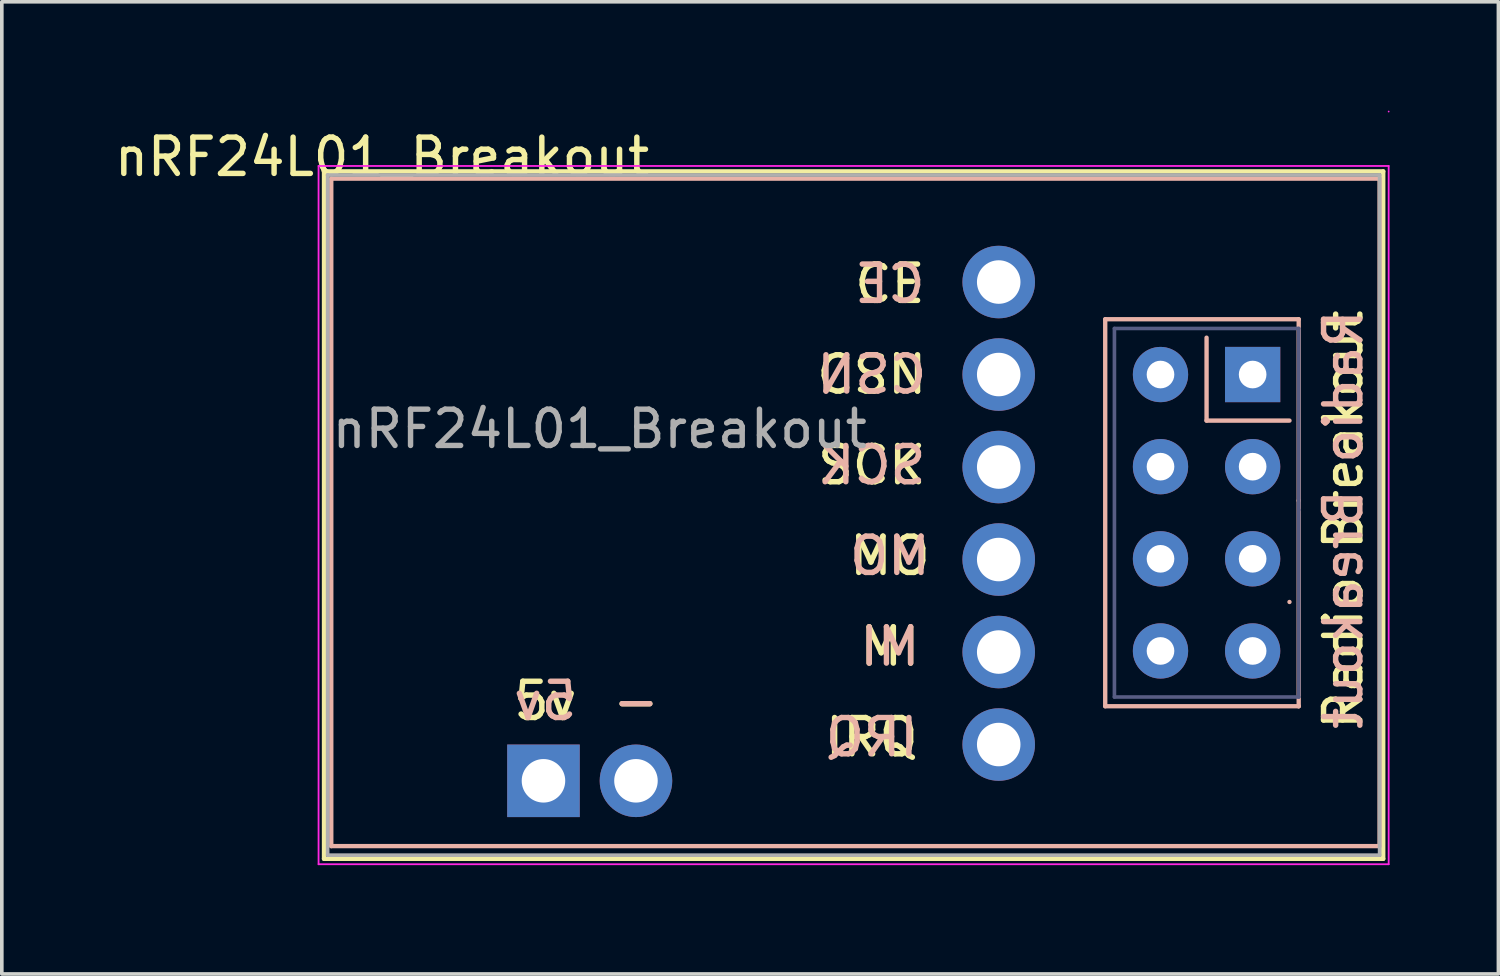
<source format=kicad_pcb>
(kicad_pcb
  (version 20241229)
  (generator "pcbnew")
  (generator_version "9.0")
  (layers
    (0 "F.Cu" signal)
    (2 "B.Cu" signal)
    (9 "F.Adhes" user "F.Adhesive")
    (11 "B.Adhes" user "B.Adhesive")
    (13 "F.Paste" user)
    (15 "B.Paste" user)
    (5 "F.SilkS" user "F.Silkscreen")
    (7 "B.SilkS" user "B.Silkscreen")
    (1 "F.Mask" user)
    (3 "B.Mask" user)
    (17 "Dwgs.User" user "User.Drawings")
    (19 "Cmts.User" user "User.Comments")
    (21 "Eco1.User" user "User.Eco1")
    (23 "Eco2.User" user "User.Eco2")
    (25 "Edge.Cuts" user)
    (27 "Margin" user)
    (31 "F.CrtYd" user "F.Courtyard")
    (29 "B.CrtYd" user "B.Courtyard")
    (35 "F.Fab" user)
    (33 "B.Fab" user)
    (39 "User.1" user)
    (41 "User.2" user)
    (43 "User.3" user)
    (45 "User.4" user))
  (footprint "nRF24L01_Breakout"
    (layer "F.Cu")
    (at 7.482 5.275)
    (property "Reference" "nRF24L01_Breakout" (at 0 -4 0) (layer "F.SilkS") (effects (font (size 1 1) (thickness 0.15))))
    (attr through_hole)
    (fp_line (start -1.6 -3.6) (end -1.6 -3.6) (stroke (width 0.12) (type solid)) (layer "F.SilkS"))
    (fp_line (start -1.6 -3.6) (end 27.6 -3.6) (stroke (width 0.12) (type solid)) (layer "F.SilkS"))
    (fp_line (start -1.6 15.35) (end -1.6 -3.6) (stroke (width 0.12) (type solid)) (layer "F.SilkS"))
    (fp_line (start 27.6 -3.6) (end 27.6 15.35) (stroke (width 0.12) (type solid)) (layer "F.SilkS"))
    (fp_line (start 27.6 15.35) (end -1.6 15.35) (stroke (width 0.12) (type solid)) (layer "F.SilkS"))
    (fp_line (start -1.4 -3.4) (end -1.4 15) (stroke (width 0.12) (type solid)) (layer "B.SilkS"))
    (fp_line (start -1.4 15) (end 27.5 15) (stroke (width 0.12) (type solid)) (layer "B.SilkS"))
    (fp_line (start 19.936 0.476) (end 19.936 11.144) (stroke (width 0.12) (type solid)) (layer "B.SilkS"))
    (fp_line (start 19.936 11.144) (end 25.27 11.144) (stroke (width 0.12) (type solid)) (layer "B.SilkS"))
    (fp_line (start 22.73 0.984) (end 22.73 3.27) (stroke (width 0.12) (type solid)) (layer "B.SilkS"))
    (fp_line (start 22.73 3.27) (end 25.016 3.27) (stroke (width 0.12) (type solid)) (layer "B.SilkS"))
    (fp_line (start 25.016 8.27) (end 25.016 8.27) (stroke (width 0.12) (type solid)) (layer "B.SilkS"))
    (fp_line (start 25.27 0.476) (end 19.936 0.476) (stroke (width 0.12) (type solid)) (layer "B.SilkS"))
    (fp_line (start 25.27 5.476) (end 25.27 5.476) (stroke (width 0.12) (type solid)) (layer "B.SilkS"))
    (fp_line (start 25.27 11.144) (end 25.27 0.476) (stroke (width 0.12) (type solid)) (layer "B.SilkS"))
    (fp_line (start 25.27 11.144) (end 25.27 11.144) (stroke (width 0.12) (type solid)) (layer "B.SilkS"))
    (fp_line (start 27.5 -3.4) (end -1.4 -3.4) (stroke (width 0.12) (type solid)) (layer "B.SilkS"))
    (fp_line (start 27.5 15) (end 27.5 -3.4) (stroke (width 0.12) (type solid)) (layer "B.SilkS"))
    (fp_line (start -1.75 -3.75) (end -1.75 15.5) (stroke (width 0.05) (type solid)) (layer "F.CrtYd"))
    (fp_line (start -1.75 15.5) (end 27.75 15.5) (stroke (width 0.05) (type solid)) (layer "F.CrtYd"))
    (fp_line (start 27.75 -5.25) (end 27.75 -5.25) (stroke (width 0.05) (type solid)) (layer "F.CrtYd"))
    (fp_line (start 27.75 -3.75) (end -1.75 -3.75) (stroke (width 0.05) (type solid)) (layer "F.CrtYd"))
    (fp_line (start 27.75 15.5) (end 27.75 -3.75) (stroke (width 0.05) (type solid)) (layer "F.CrtYd"))
    (fp_line (start 20.19 0.73) (end 20.19 10.89) (stroke (width 0.1) (type solid)) (layer "B.Fab"))
    (fp_line (start 20.19 10.89) (end 25.27 10.89) (stroke (width 0.1) (type solid)) (layer "B.Fab"))
    (fp_line (start 25.27 0.73) (end 20.19 0.73) (stroke (width 0.1) (type solid)) (layer "B.Fab"))
    (fp_line (start 25.27 5.73) (end 25.27 5.73) (stroke (width 0.1) (type solid)) (layer "B.Fab"))
    (fp_line (start 25.27 10.89) (end 25.27 0.73) (stroke (width 0.1) (type solid)) (layer "B.Fab"))
    (fp_line (start -1.5 -3.5) (end -1.5 -3.5) (stroke (width 0.1) (type solid)) (layer "F.Fab"))
    (fp_line (start -1.5 -3.5) (end 27.5 -3.5) (stroke (width 0.1) (type solid)) (layer "F.Fab"))
    (fp_line (start -1.5 15.25) (end -1.5 -3.5) (stroke (width 0.1) (type solid)) (layer "F.Fab"))
    (fp_line (start 27.5 -3.5) (end 27.5 15.25) (stroke (width 0.1) (type solid)) (layer "F.Fab"))
    (fp_line (start 27.5 15.25) (end -1.5 15.25) (stroke (width 0.1) (type solid)) (layer "F.Fab"))
    (fp_text user "CE" (at 14 -0.5 0) (layer "F.SilkS") (effects (font (size 1 1) (thickness 0.15))))
    (fp_text user "MI" (at 14 9.5 0) (layer "F.SilkS") (effects (font (size 1 1) (thickness 0.15))))
    (fp_text user "MO" (at 14 7 0) (layer "F.SilkS") (effects (font (size 1 1) (thickness 0.15))))
    (fp_text user "CSN" (at 13.5 2 0) (layer "F.SilkS") (effects (font (size 1 1) (thickness 0.15))))
    (fp_text user "-" (at 7 11 0) (layer "F.SilkS") (effects (font (size 1 1) (thickness 0.15))))
    (fp_text user "SCK" (at 13.5 4.5 0) (layer "F.SilkS") (effects (font (size 1 1) (thickness 0.15))))
    (fp_text user "5v" (at 4.5 11 0) (layer "F.SilkS") (effects (font (size 1 1) (thickness 0.15))))
    (fp_text user "IRQ" (at 13.5 12 0) (layer "F.SilkS") (effects (font (size 1 1) (thickness 0.15))))
    (fp_text user "Radio Breakout" (at 26.5 6 90) (layer "F.SilkS") (effects (font (size 1 1) (thickness 0.15))))
    (fp_text user "MI" (at 14 9.5 0) (layer "B.SilkS") (effects (font (size 1 1) (thickness 0.15)) (justify mirror)))
    (fp_text user "Radio Breakout" (at 26.5 6 90) (layer "B.SilkS") (effects (font (size 1 1) (thickness 0.15)) (justify mirror)))
    (fp_text user "SCK" (at 13.5 4.5 0) (layer "B.SilkS") (effects (font (size 1 1) (thickness 0.15)) (justify mirror)))
    (fp_text user "MO" (at 14 7 0) (layer "B.SilkS") (effects (font (size 1 1) (thickness 0.15)) (justify mirror)))
    (fp_text user "CE" (at 14 -0.5 0) (layer "B.SilkS") (effects (font (size 1 1) (thickness 0.15)) (justify mirror)))
    (fp_text user "-" (at 7 11 0) (layer "B.SilkS") (effects (font (size 1 1) (thickness 0.15))))
    (fp_text user "CSN" (at 13.5 2 0) (layer "B.SilkS") (effects (font (size 1 1) (thickness 0.15)) (justify mirror)))
    (fp_text user "IRQ" (at 13.5 12 0) (layer "B.SilkS") (effects (font (size 1 1) (thickness 0.15)) (justify mirror)))
    (fp_text user "5v" (at 4.5 11 0) (layer "B.SilkS") (effects (font (size 1 1) (thickness 0.15)) (justify mirror)))
    (fp_text user "${REFERENCE}" (at 6 3.5 0) (layer "F.Fab") (effects (font (size 1 1) (thickness 0.15))))
    (pad "1" thru_hole rect (at 24 2 180) (size 1.524 1.524) (drill 0.762) (layers "*.Cu" "*.Mask"))
    (pad "2" thru_hole circle (at 21.46 2 180) (size 1.524 1.524) (drill 0.762) (layers "*.Cu" "*.Mask"))
    (pad "3" thru_hole circle (at 24 4.54 180) (size 1.524 1.524) (drill 0.762) (layers "*.Cu" "*.Mask"))
    (pad "4" thru_hole circle (at 21.46 4.54 180) (size 1.524 1.524) (drill 0.762) (layers "*.Cu" "*.Mask"))
    (pad "5" thru_hole circle (at 24 7.08 180) (size 1.524 1.524) (drill 0.762) (layers "*.Cu" "*.Mask"))
    (pad "6" thru_hole circle (at 21.46 7.08 180) (size 1.524 1.524) (drill 0.762) (layers "*.Cu" "*.Mask"))
    (pad "7" thru_hole circle (at 24 9.62 180) (size 1.524 1.524) (drill 0.762) (layers "*.Cu" "*.Mask"))
    (pad "8" thru_hole circle (at 21.46 9.62 180) (size 1.524 1.524) (drill 0.762) (layers "*.Cu" "*.Mask"))
    (pad "9" thru_hole circle (at 17 -0.55) (size 2 2) (drill 1.2) (layers "*.Cu" "*.Mask"))
    (pad "10" thru_hole circle (at 17 2) (size 2 2) (drill 1.2) (layers "*.Cu" "*.Mask"))
    (pad "11" thru_hole circle (at 17 4.55) (size 2 2) (drill 1.2) (layers "*.Cu" "*.Mask"))
    (pad "12" thru_hole circle (at 17 7.1) (size 2 2) (drill 1.2) (layers "*.Cu" "*.Mask"))
    (pad "13" thru_hole circle (at 17 9.65) (size 2 2) (drill 1.2) (layers "*.Cu" "*.Mask"))
    (pad "14" thru_hole circle (at 17 12.2) (size 2 2) (drill 1.2) (layers "*.Cu" "*.Mask"))
    (pad "15" thru_hole circle (at 7 13.2 90) (size 2 2) (drill 1.2) (layers "*.Cu" "*.Mask"))
    (pad "16" thru_hole rect (at 4.45 13.2 90) (size 2 2) (drill 1.2) (layers "*.Cu" "*.Mask")))
  (gr_rect
    (start -3 -3)
    (end 38.257 23.8)
    (stroke (width 0.1) (type default))
    (fill no)
    (layer "Edge.Cuts")))
</source>
